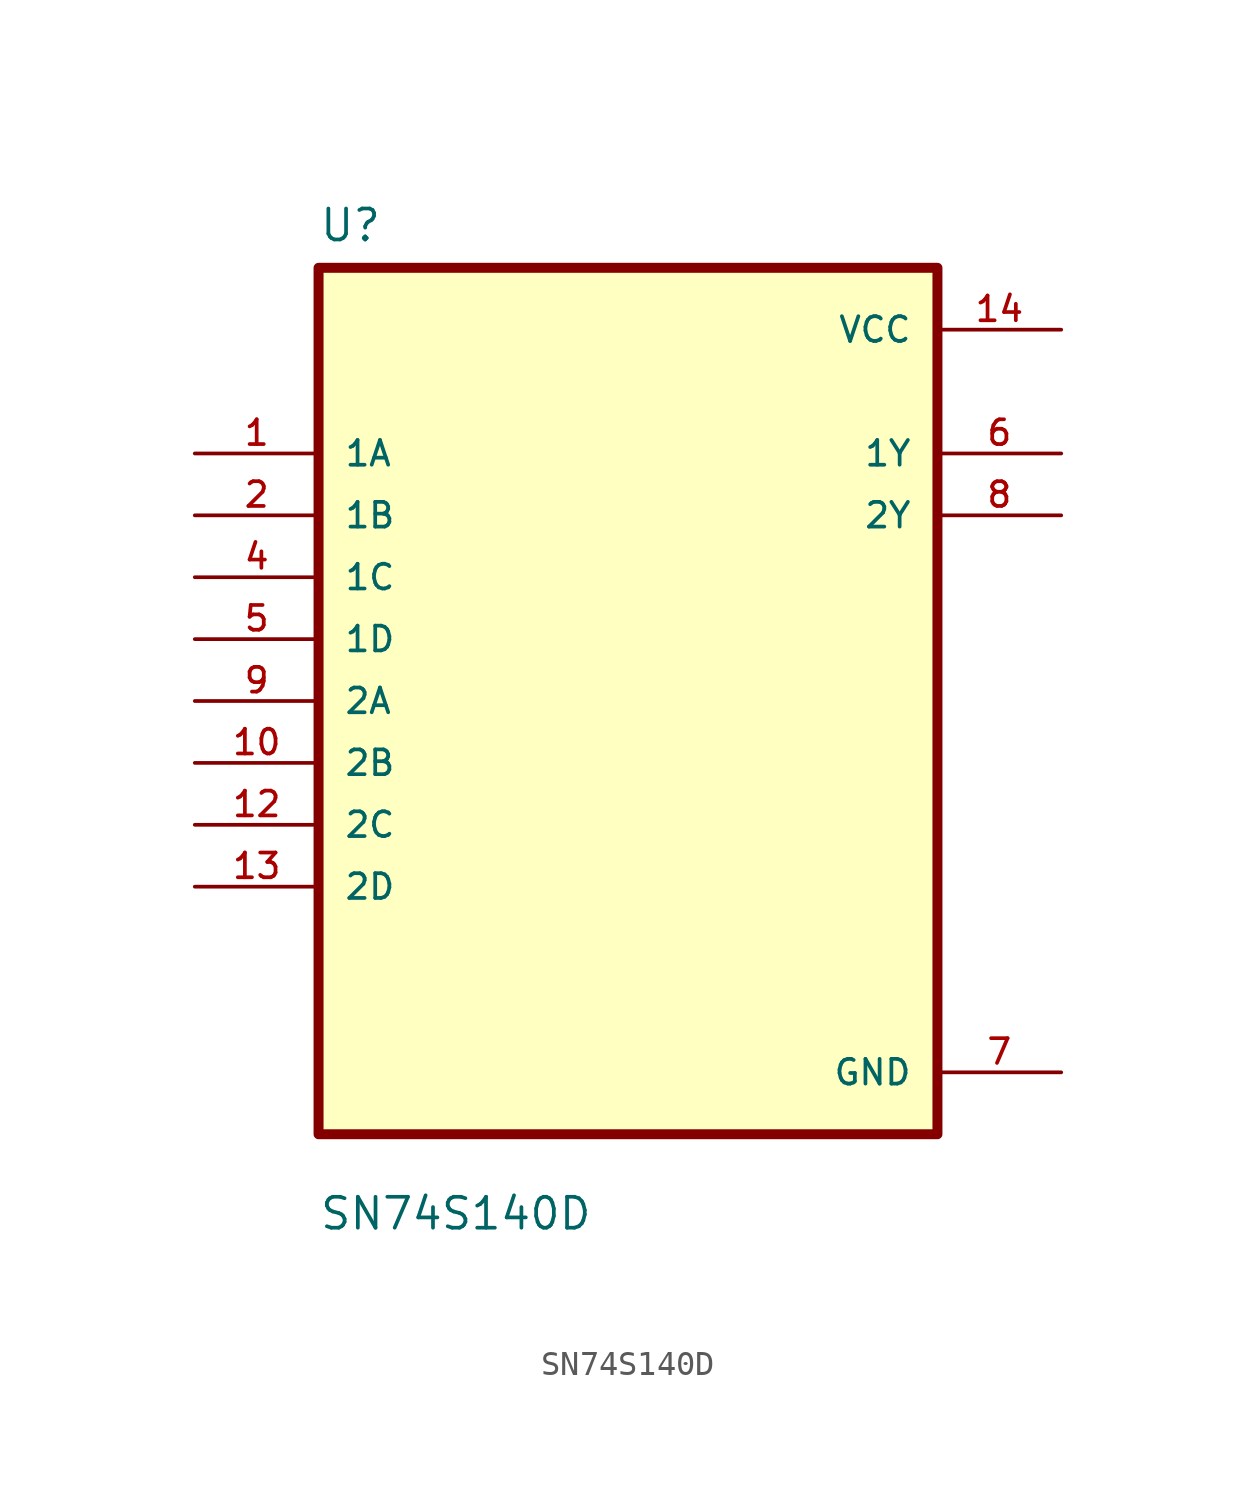
<source format=kicad_sym>
(kicad_symbol_lib
  (version 20211014)
  (generator kicad_symbol_editor)
  (symbol "SN74S140D"
    (pin_names
      (offset 1.016))
    (property "Reference" "U"
      (at -12.7 18.78 0.0)
      (effects (font (size 1.27 1.27)) (justify bottom left)))
    (property "Value" "SN74S140D"
      (at -12.7 -21.78 0.0)
      (effects (font (size 1.27 1.27)) (justify bottom left)))
    (symbol "SN74S140D_0_0"
      (rectangle (start -12.7 -17.78) (end 12.7 17.78) (stroke (width 0.41)) (fill (type background)))
      (pin input line (at -17.78 10.16 0) (length 5.08) (name "1A" (effects (font (size 1.016 1.016)))) (number "1" (effects (font (size 1.016 1.016)))))
      (pin input line (at -17.78 7.62 0) (length 5.08) (name "1B" (effects (font (size 1.016 1.016)))) (number "2" (effects (font (size 1.016 1.016)))))
      (pin input line (at -17.78 5.08 0) (length 5.08) (name "1C" (effects (font (size 1.016 1.016)))) (number "4" (effects (font (size 1.016 1.016)))))
      (pin input line (at -17.78 2.54 0) (length 5.08) (name "1D" (effects (font (size 1.016 1.016)))) (number "5" (effects (font (size 1.016 1.016)))))
      (pin input line (at -17.78 0.0 0) (length 5.08) (name "2A" (effects (font (size 1.016 1.016)))) (number "9" (effects (font (size 1.016 1.016)))))
      (pin input line (at -17.78 -2.54 0) (length 5.08) (name "2B" (effects (font (size 1.016 1.016)))) (number "10" (effects (font (size 1.016 1.016)))))
      (pin input line (at -17.78 -5.08 0) (length 5.08) (name "2C" (effects (font (size 1.016 1.016)))) (number "12" (effects (font (size 1.016 1.016)))))
      (pin input line (at -17.78 -7.62 0) (length 5.08) (name "2D" (effects (font (size 1.016 1.016)))) (number "13" (effects (font (size 1.016 1.016)))))
      (pin power_in line (at 17.78 15.24 180.0) (length 5.08) (name "VCC" (effects (font (size 1.016 1.016)))) (number "14" (effects (font (size 1.016 1.016)))))
      (pin output line (at 17.78 10.16 180.0) (length 5.08) (name "1Y" (effects (font (size 1.016 1.016)))) (number "6" (effects (font (size 1.016 1.016)))))
      (pin output line (at 17.78 7.62 180.0) (length 5.08) (name "2Y" (effects (font (size 1.016 1.016)))) (number "8" (effects (font (size 1.016 1.016)))))
      (pin power_in line (at 17.78 -15.24 180.0) (length 5.08) (name "GND" (effects (font (size 1.016 1.016)))) (number "7" (effects (font (size 1.016 1.016))))))))
</source>
